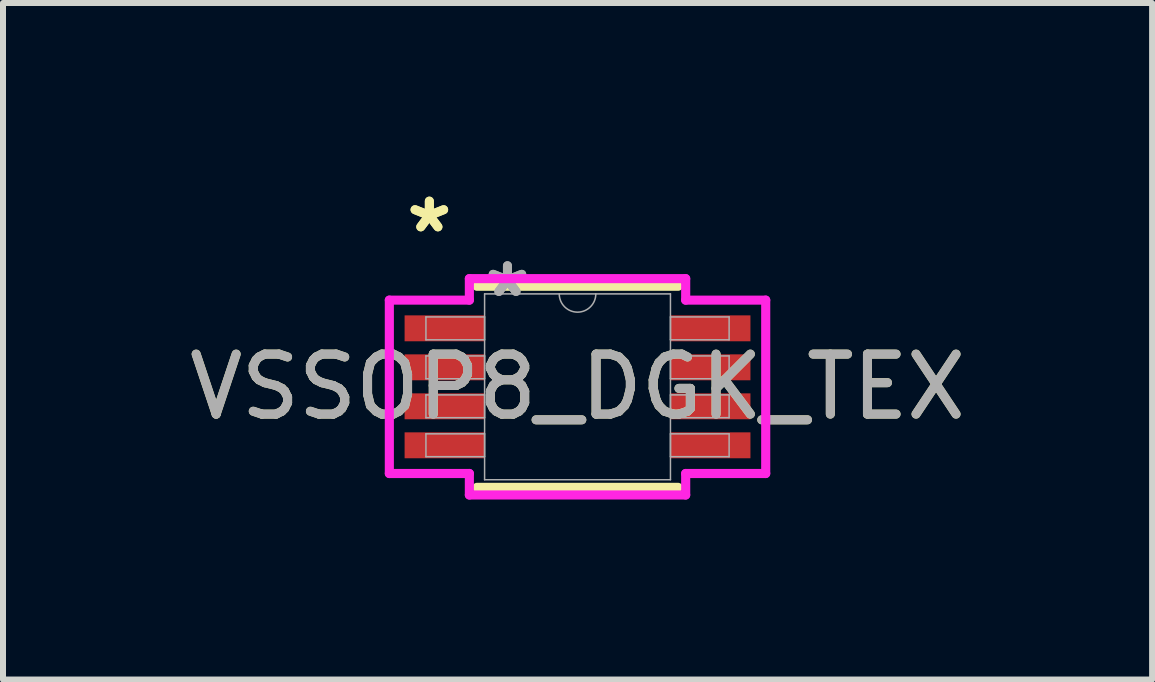
<source format=kicad_pcb>
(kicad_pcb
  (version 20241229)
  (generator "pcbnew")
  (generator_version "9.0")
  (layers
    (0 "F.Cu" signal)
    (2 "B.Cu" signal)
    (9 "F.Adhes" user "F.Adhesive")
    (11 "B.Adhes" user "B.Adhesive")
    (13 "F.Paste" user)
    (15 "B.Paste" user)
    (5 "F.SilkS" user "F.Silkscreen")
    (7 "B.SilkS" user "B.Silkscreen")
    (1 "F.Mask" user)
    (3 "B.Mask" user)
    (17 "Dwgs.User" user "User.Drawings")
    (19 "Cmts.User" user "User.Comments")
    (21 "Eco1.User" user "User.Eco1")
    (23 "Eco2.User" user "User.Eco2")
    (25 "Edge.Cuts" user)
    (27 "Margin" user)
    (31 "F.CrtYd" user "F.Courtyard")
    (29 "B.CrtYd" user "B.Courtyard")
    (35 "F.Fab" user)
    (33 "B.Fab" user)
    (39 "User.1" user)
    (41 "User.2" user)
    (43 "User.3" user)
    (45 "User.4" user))
  (footprint "VSSOP8_DGK_TEX"
    (layer "F.Cu")
    (at 6.577 3.398)
    (property "Reference" "VSSOP8_DGK_TEX" (at 0 0 0) (unlocked yes) (layer "F.SilkS") (effects (font (size 1 1) (thickness 0.15))))
    (attr smd)
    (fp_line (start -1.676 1.676) (end 1.676 1.676) (stroke (width 0.152) (type solid)) (layer "F.SilkS"))
    (fp_line (start 1.676 -1.676) (end -1.676 -1.676) (stroke (width 0.152) (type solid)) (layer "F.SilkS"))
    (fp_line (start -3.137 -1.445) (end -1.803 -1.445) (stroke (width 0.152) (type solid)) (layer "F.CrtYd"))
    (fp_line (start -3.137 1.445) (end -3.137 -1.445) (stroke (width 0.152) (type solid)) (layer "F.CrtYd"))
    (fp_line (start -3.137 1.445) (end -1.803 1.445) (stroke (width 0.152) (type solid)) (layer "F.CrtYd"))
    (fp_line (start -1.803 -1.803) (end 1.803 -1.803) (stroke (width 0.152) (type solid)) (layer "F.CrtYd"))
    (fp_line (start -1.803 -1.445) (end -1.803 -1.803) (stroke (width 0.152) (type solid)) (layer "F.CrtYd"))
    (fp_line (start -1.803 1.803) (end -1.803 1.445) (stroke (width 0.152) (type solid)) (layer "F.CrtYd"))
    (fp_line (start 1.803 -1.803) (end 1.803 -1.445) (stroke (width 0.152) (type solid)) (layer "F.CrtYd"))
    (fp_line (start 1.803 1.445) (end 1.803 1.803) (stroke (width 0.152) (type solid)) (layer "F.CrtYd"))
    (fp_line (start 1.803 1.803) (end -1.803 1.803) (stroke (width 0.152) (type solid)) (layer "F.CrtYd"))
    (fp_line (start 3.137 -1.445) (end 1.803 -1.445) (stroke (width 0.152) (type solid)) (layer "F.CrtYd"))
    (fp_line (start 3.137 -1.445) (end 3.137 1.445) (stroke (width 0.152) (type solid)) (layer "F.CrtYd"))
    (fp_line (start 3.137 1.445) (end 1.803 1.445) (stroke (width 0.152) (type solid)) (layer "F.CrtYd"))
    (fp_line (start -2.527 -1.165) (end -2.527 -0.784) (stroke (width 0.025) (type solid)) (layer "F.Fab"))
    (fp_line (start -2.527 -0.784) (end -1.549 -0.784) (stroke (width 0.025) (type solid)) (layer "F.Fab"))
    (fp_line (start -2.527 -0.515) (end -2.527 -0.135) (stroke (width 0.025) (type solid)) (layer "F.Fab"))
    (fp_line (start -2.527 -0.135) (end -1.549 -0.135) (stroke (width 0.025) (type solid)) (layer "F.Fab"))
    (fp_line (start -2.527 0.135) (end -2.527 0.515) (stroke (width 0.025) (type solid)) (layer "F.Fab"))
    (fp_line (start -2.527 0.515) (end -1.549 0.515) (stroke (width 0.025) (type solid)) (layer "F.Fab"))
    (fp_line (start -2.527 0.784) (end -2.527 1.165) (stroke (width 0.025) (type solid)) (layer "F.Fab"))
    (fp_line (start -2.527 1.165) (end -1.549 1.165) (stroke (width 0.025) (type solid)) (layer "F.Fab"))
    (fp_line (start -1.549 -1.549) (end -1.549 1.549) (stroke (width 0.025) (type solid)) (layer "F.Fab"))
    (fp_line (start -1.549 -1.165) (end -2.527 -1.165) (stroke (width 0.025) (type solid)) (layer "F.Fab"))
    (fp_line (start -1.549 -0.784) (end -1.549 -1.165) (stroke (width 0.025) (type solid)) (layer "F.Fab"))
    (fp_line (start -1.549 -0.515) (end -2.527 -0.515) (stroke (width 0.025) (type solid)) (layer "F.Fab"))
    (fp_line (start -1.549 -0.135) (end -1.549 -0.515) (stroke (width 0.025) (type solid)) (layer "F.Fab"))
    (fp_line (start -1.549 0.135) (end -2.527 0.135) (stroke (width 0.025) (type solid)) (layer "F.Fab"))
    (fp_line (start -1.549 0.515) (end -1.549 0.135) (stroke (width 0.025) (type solid)) (layer "F.Fab"))
    (fp_line (start -1.549 0.784) (end -2.527 0.784) (stroke (width 0.025) (type solid)) (layer "F.Fab"))
    (fp_line (start -1.549 1.165) (end -1.549 0.784) (stroke (width 0.025) (type solid)) (layer "F.Fab"))
    (fp_line (start -1.549 1.549) (end 1.549 1.549) (stroke (width 0.025) (type solid)) (layer "F.Fab"))
    (fp_line (start 1.549 -1.549) (end -1.549 -1.549) (stroke (width 0.025) (type solid)) (layer "F.Fab"))
    (fp_line (start 1.549 -1.165) (end 1.549 -0.784) (stroke (width 0.025) (type solid)) (layer "F.Fab"))
    (fp_line (start 1.549 -0.784) (end 2.527 -0.784) (stroke (width 0.025) (type solid)) (layer "F.Fab"))
    (fp_line (start 1.549 -0.515) (end 1.549 -0.135) (stroke (width 0.025) (type solid)) (layer "F.Fab"))
    (fp_line (start 1.549 -0.135) (end 2.527 -0.135) (stroke (width 0.025) (type solid)) (layer "F.Fab"))
    (fp_line (start 1.549 0.135) (end 1.549 0.515) (stroke (width 0.025) (type solid)) (layer "F.Fab"))
    (fp_line (start 1.549 0.515) (end 2.527 0.515) (stroke (width 0.025) (type solid)) (layer "F.Fab"))
    (fp_line (start 1.549 0.784) (end 1.549 1.165) (stroke (width 0.025) (type solid)) (layer "F.Fab"))
    (fp_line (start 1.549 1.165) (end 2.527 1.165) (stroke (width 0.025) (type solid)) (layer "F.Fab"))
    (fp_line (start 1.549 1.549) (end 1.549 -1.549) (stroke (width 0.025) (type solid)) (layer "F.Fab"))
    (fp_line (start 2.527 -1.165) (end 1.549 -1.165) (stroke (width 0.025) (type solid)) (layer "F.Fab"))
    (fp_line (start 2.527 -0.784) (end 2.527 -1.165) (stroke (width 0.025) (type solid)) (layer "F.Fab"))
    (fp_line (start 2.527 -0.515) (end 1.549 -0.515) (stroke (width 0.025) (type solid)) (layer "F.Fab"))
    (fp_line (start 2.527 -0.135) (end 2.527 -0.515) (stroke (width 0.025) (type solid)) (layer "F.Fab"))
    (fp_line (start 2.527 0.135) (end 1.549 0.135) (stroke (width 0.025) (type solid)) (layer "F.Fab"))
    (fp_line (start 2.527 0.515) (end 2.527 0.135) (stroke (width 0.025) (type solid)) (layer "F.Fab"))
    (fp_line (start 2.527 0.784) (end 1.549 0.784) (stroke (width 0.025) (type solid)) (layer "F.Fab"))
    (fp_line (start 2.527 1.165) (end 2.527 0.784) (stroke (width 0.025) (type solid)) (layer "F.Fab"))
    (fp_arc (start 0.3048 -1.5494) (mid 0 -1.2446) (end -0.3048 -1.5494) (stroke (width 0.0254) (type solid)) (layer "F.Fab"))
    (fp_text user "*" (at -2.47 -2.55 0) (unlocked yes) (layer "F.SilkS") (effects (font (size 1 1) (thickness 0.15))))
    (fp_text user "*" (at -2.47 -2.55 0) (layer "F.SilkS") (effects (font (size 1 1) (thickness 0.15))))
    (fp_text user "${REFERENCE}" (at 0 0 0) (unlocked yes) (layer "F.Fab") (effects (font (size 1 1) (thickness 0.15))))
    (fp_text user "*" (at -1.168 -1.473 0) (unlocked yes) (layer "F.Fab") (effects (font (size 1 1) (thickness 0.15))))
    (fp_text user "*" (at -1.168 -1.473 0) (layer "F.Fab") (effects (font (size 1 1) (thickness 0.15))))
    (pad "1" smd rect (at -2.216 -0.975) (size 1.333 0.432) (layers "F.Cu" "F.Mask" "F.Paste"))
    (pad "2" smd rect (at -2.216 -0.325) (size 1.333 0.432) (layers "F.Cu" "F.Mask" "F.Paste"))
    (pad "3" smd rect (at -2.216 0.325) (size 1.333 0.432) (layers "F.Cu" "F.Mask" "F.Paste"))
    (pad "4" smd rect (at -2.216 0.975) (size 1.333 0.432) (layers "F.Cu" "F.Mask" "F.Paste"))
    (pad "5" smd rect (at 2.216 0.975) (size 1.333 0.432) (layers "F.Cu" "F.Mask" "F.Paste"))
    (pad "6" smd rect (at 2.216 0.325) (size 1.333 0.432) (layers "F.Cu" "F.Mask" "F.Paste"))
    (pad "7" smd rect (at 2.216 -0.325) (size 1.333 0.432) (layers "F.Cu" "F.Mask" "F.Paste"))
    (pad "8" smd rect (at 2.216 -0.975) (size 1.333 0.432) (layers "F.Cu" "F.Mask" "F.Paste")))
  (gr_rect
    (start -3 -3)
    (end 16.155 8.278)
    (stroke (width 0.1) (type default))
    (fill no)
    (layer "Edge.Cuts")))
</source>
